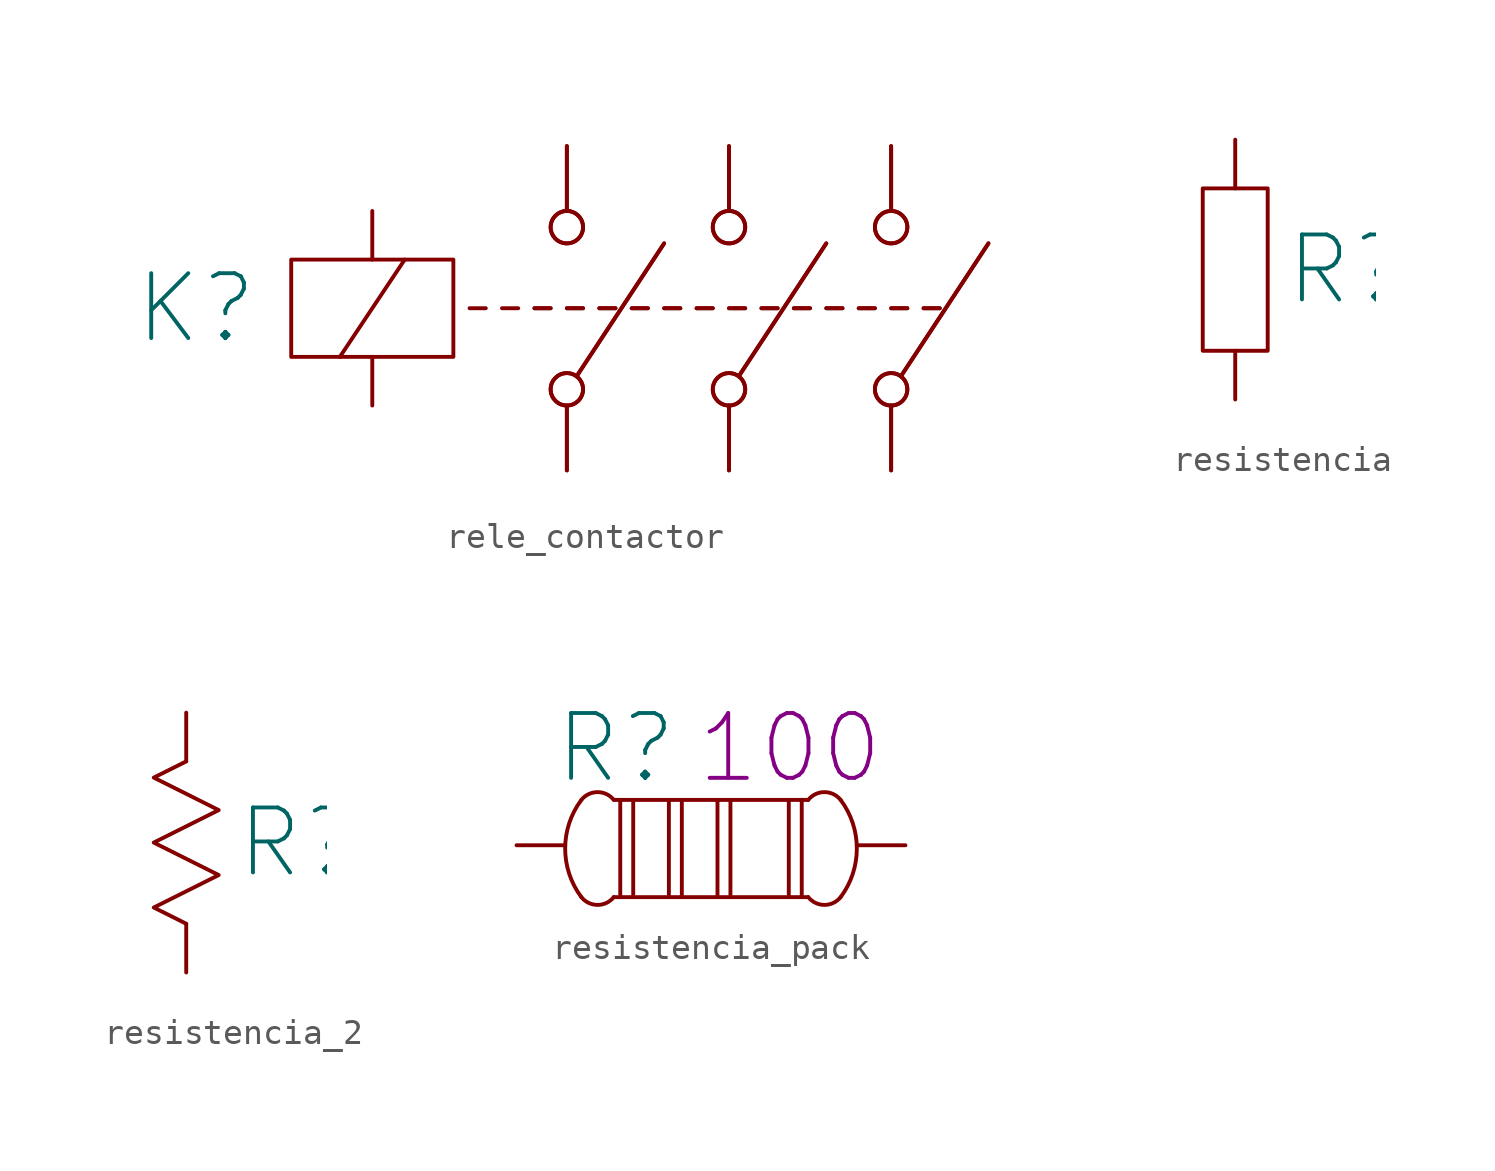
<source format=kicad_sym>
(kicad_symbol_lib
  (version 20231120)
  (generator "kicad_symbol_editor")
  (generator_version "8.0")
  (symbol "rele_contactor"
    (pin_names
      (offset 1.016))
    (property "Reference" "K"
      (at -4.445 -3.81 0)
      (effects (font (size 2.54 2.54)) (justify right)))
    (symbol "rele_contactor_0_0"
      (rectangle (start -3.175 -1.905) (end 3.175 -5.715) (stroke (width 0) (type default)) (fill (type none)))
      (polyline (pts (xy 1.27 -1.905) (xy -1.27 -5.715)) (stroke (width 0) (type default)) (fill (type none)))
      (polyline (pts (xy 3.81 -3.81) (xy 4.445 -3.81)) (stroke (width 0) (type default)) (fill (type none)))
      (polyline (pts (xy 5.08 -3.81) (xy 5.715 -3.81)) (stroke (width 0) (type default)) (fill (type none)))
      (polyline (pts (xy 6.35 -3.81) (xy 6.985 -3.81)) (stroke (width 0) (type default)) (fill (type none)))
      (polyline (pts (xy 6.35 -3.81) (xy 6.985 -3.81)) (stroke (width 0) (type default)) (fill (type none)))
      (polyline (pts (xy 7.62 -3.81) (xy 8.255 -3.81)) (stroke (width 0) (type default)) (fill (type none)))
      (polyline (pts (xy 7.62 -3.81) (xy 8.255 -3.81)) (stroke (width 0) (type default)) (fill (type none)))
      (polyline (pts (xy 8.89 -3.81) (xy 9.525 -3.81)) (stroke (width 0) (type default)) (fill (type none)))
      (polyline (pts (xy 8.89 -3.81) (xy 9.525 -3.81)) (stroke (width 0) (type default)) (fill (type none)))
      (polyline (pts (xy 10.16 -3.81) (xy 10.795 -3.81)) (stroke (width 0) (type default)) (fill (type none)))
      (polyline (pts (xy 10.16 -3.81) (xy 10.795 -3.81)) (stroke (width 0) (type default)) (fill (type none)))
      (polyline (pts (xy 11.43 -3.81) (xy 12.065 -3.81)) (stroke (width 0) (type default)) (fill (type none)))
      (polyline (pts (xy 11.43 -3.81) (xy 12.065 -3.81)) (stroke (width 0) (type default)) (fill (type none)))
      (polyline (pts (xy 12.7 -3.81) (xy 13.335 -3.81)) (stroke (width 0) (type default)) (fill (type none)))
      (polyline (pts (xy 12.7 -3.81) (xy 13.335 -3.81)) (stroke (width 0) (type default)) (fill (type none)))
      (polyline (pts (xy 13.97 -3.81) (xy 14.605 -3.81)) (stroke (width 0) (type default)) (fill (type none)))
      (polyline (pts (xy 13.97 -3.81) (xy 14.605 -3.81)) (stroke (width 0) (type default)) (fill (type none)))
      (polyline (pts (xy 15.24 -3.81) (xy 15.875 -3.81)) (stroke (width 0) (type default)) (fill (type none)))
      (polyline (pts (xy 15.24 -3.81) (xy 15.875 -3.81)) (stroke (width 0) (type default)) (fill (type none)))
      (polyline (pts (xy 16.51 -3.81) (xy 17.145 -3.81)) (stroke (width 0) (type default)) (fill (type none)))
      (polyline (pts (xy 16.51 -3.81) (xy 17.145 -3.81)) (stroke (width 0) (type default)) (fill (type none)))
      (polyline (pts (xy 17.78 -3.81) (xy 18.415 -3.81)) (stroke (width 0) (type default)) (fill (type none)))
      (polyline (pts (xy 17.78 -3.81) (xy 18.415 -3.81)) (stroke (width 0) (type default)) (fill (type none)))
      (polyline (pts (xy 19.05 -3.81) (xy 19.685 -3.81)) (stroke (width 0) (type default)) (fill (type none)))
      (polyline (pts (xy 19.05 -3.81) (xy 19.685 -3.81)) (stroke (width 0) (type default)) (fill (type none)))
      (polyline (pts (xy 20.32 -3.81) (xy 20.955 -3.81)) (stroke (width 0) (type default)) (fill (type none)))
      (polyline (pts (xy 20.32 -3.81) (xy 20.955 -3.81)) (stroke (width 0) (type default)) (fill (type none)))
      (polyline (pts (xy 21.59 -3.81) (xy 22.225 -3.81)) (stroke (width 0) (type default)) (fill (type none)))
      (polyline (pts (xy 21.59 -3.81) (xy 22.225 -3.81)) (stroke (width 0) (type default)) (fill (type none))))
    (symbol "rele_contactor_1_0"
      (polyline (pts (xy 11.43 -1.27) (xy 8.001 -6.477)) (stroke (width 0) (type default)) (fill (type none)))
      (polyline (pts (xy 11.43 -1.27) (xy 8.001 -6.477)) (stroke (width 0) (type default)) (fill (type none)))
      (polyline (pts (xy 17.78 -1.27) (xy 14.351 -6.477)) (stroke (width 0) (type default)) (fill (type none)))
      (polyline (pts (xy 17.78 -1.27) (xy 14.351 -6.477)) (stroke (width 0) (type default)) (fill (type none)))
      (polyline (pts (xy 24.13 -1.27) (xy 20.701 -6.477)) (stroke (width 0) (type default)) (fill (type none)))
      (polyline (pts (xy 24.13 -1.27) (xy 20.701 -6.477)) (stroke (width 0) (type default)) (fill (type none)))
      (circle (center 7.62 -6.985) (radius 0.635) (stroke (width 0) (type default)) (fill (type none)))
      (circle (center 7.62 -6.985) (radius 0.635) (stroke (width 0) (type default)) (fill (type none)))
      (circle (center 7.62 -0.635) (radius 0.635) (stroke (width 0) (type default)) (fill (type none)))
      (circle (center 7.62 -0.635) (radius 0.635) (stroke (width 0) (type default)) (fill (type none)))
      (circle (center 13.97 -6.985) (radius 0.635) (stroke (width 0) (type default)) (fill (type none)))
      (circle (center 13.97 -6.985) (radius 0.635) (stroke (width 0) (type default)) (fill (type none)))
      (circle (center 13.97 -0.635) (radius 0.635) (stroke (width 0) (type default)) (fill (type none)))
      (circle (center 13.97 -0.635) (radius 0.635) (stroke (width 0) (type default)) (fill (type none)))
      (circle (center 20.32 -6.985) (radius 0.635) (stroke (width 0) (type default)) (fill (type none)))
      (circle (center 20.32 -6.985) (radius 0.635) (stroke (width 0) (type default)) (fill (type none)))
      (circle (center 20.32 -0.635) (radius 0.635) (stroke (width 0) (type default)) (fill (type none)))
      (circle (center 20.32 -0.635) (radius 0.635) (stroke (width 0) (type default)) (fill (type none))))
    (symbol "rele_contactor_1_1"
      (pin input line (at 0 -7.62 90) (length 1.905) (name "" (effects (font (size 1.27 1.27)))) (number "" (effects (font (size 1.143 1.143)))))
      (pin input line (at 0 0 270) (length 1.905) (name "" (effects (font (size 1.27 1.27)))) (number "" (effects (font (size 1.143 1.143)))))
      (pin input line (at 7.62 -10.16 90) (length 2.54) (name "" (effects (font (size 1.27 1.27)))) (number "" (effects (font (size 1.143 1.143)))))
      (pin input line (at 7.62 -10.16 90) (length 2.54) (name "" (effects (font (size 1.27 1.27)))) (number "" (effects (font (size 1.143 1.143)))))
      (pin input line (at 7.62 2.54 270) (length 2.54) (name "" (effects (font (size 1.27 1.27)))) (number "" (effects (font (size 1.143 1.143)))))
      (pin input line (at 7.62 2.54 270) (length 2.54) (name "" (effects (font (size 1.27 1.27)))) (number "" (effects (font (size 1.143 1.143)))))
      (pin input line (at 13.97 -10.16 90) (length 2.54) (name "" (effects (font (size 1.27 1.27)))) (number "" (effects (font (size 1.143 1.143)))))
      (pin input line (at 13.97 -10.16 90) (length 2.54) (name "" (effects (font (size 1.27 1.27)))) (number "" (effects (font (size 1.143 1.143)))))
      (pin input line (at 13.97 2.54 270) (length 2.54) (name "" (effects (font (size 1.27 1.27)))) (number "" (effects (font (size 1.143 1.143)))))
      (pin input line (at 13.97 2.54 270) (length 2.54) (name "" (effects (font (size 1.27 1.27)))) (number "" (effects (font (size 1.143 1.143)))))
      (pin input line (at 20.32 -10.16 90) (length 2.54) (name "" (effects (font (size 1.27 1.27)))) (number "" (effects (font (size 1.143 1.143)))))
      (pin input line (at 20.32 -10.16 90) (length 2.54) (name "" (effects (font (size 1.27 1.27)))) (number "" (effects (font (size 1.143 1.143)))))
      (pin input line (at 20.32 2.54 270) (length 2.54) (name "" (effects (font (size 1.27 1.27)))) (number "" (effects (font (size 1.143 1.143)))))
      (pin input line (at 20.32 2.54 270) (length 2.54) (name "" (effects (font (size 1.27 1.27)))) (number "" (effects (font (size 1.143 1.143)))))))
  (symbol "resistencia"
    (pin_names
      (offset 1.016))
    (property "Reference" "R"
      (at 1.905 -5.08 0)
      (effects (font (size 2.54 2.54)) (justify left)))
    (symbol "resistencia_0_1"
      (rectangle (start -1.27 -1.905) (end 1.27 -8.255) (stroke (width 0) (type default)) (fill (type none))))
    (symbol "resistencia_1_1"
      (pin input line (at 0 -10.16 90) (length 1.905) (name "" (effects (font (size 1.27 1.27)))) (number "" (effects (font (size 1.143 1.143)))))
      (pin input line (at 0 0 270) (length 1.905) (name "" (effects (font (size 1.27 1.27)))) (number "" (effects (font (size 1.143 1.143)))))))
  (symbol "resistencia_2"
    (pin_names
      (offset 1.016))
    (property "Reference" "R"
      (at 1.905 -5.08 0)
      (effects (font (size 2.54 2.54)) (justify left)))
    (symbol "resistencia_2_0_1"
      (polyline (pts (xy 0 -8.255) (xy -1.27 -7.62) (xy 1.27 -6.35) (xy -1.27 -5.08) (xy 1.27 -3.81) (xy -1.27 -2.54) (xy 0 -1.905)) (stroke (width 0) (type default)) (fill (type none))))
    (symbol "resistencia_2_1_1"
      (pin input line (at 0 -10.16 90) (length 1.905) (name "" (effects (font (size 1.27 1.27)))) (number "" (effects (font (size 1.143 1.143)))))
      (pin input line (at 0 0 270) (length 1.905) (name "" (effects (font (size 1.27 1.27)))) (number "" (effects (font (size 1.143 1.143)))))))
  (symbol "resistencia_pack"
    (pin_names
      (offset 1.016))
    (property "Reference" "R"
      (at 6.35 3.81 0)
      (effects (font (size 2.54 2.54)) (justify right)))
    (property "R" "100"
      (at 6.985 3.81 0)
      (effects (font (size 2.54 2.54)) (justify left)))
    (symbol "resistencia_pack_0_1"
      (polyline (pts (xy 3.81 -2.032) (xy 11.43 -2.032)) (stroke (width 0) (type default)) (fill (type none)))
      (polyline (pts (xy 3.81 1.778) (xy 11.43 1.778)) (stroke (width 0) (type default)) (fill (type none)))
      (polyline (pts (xy 4.064 1.778) (xy 4.064 -2.032)) (stroke (width 0) (type default)) (fill (type none)))
      (polyline (pts (xy 4.572 1.778) (xy 4.572 -2.032)) (stroke (width 0) (type default)) (fill (type none)))
      (polyline (pts (xy 5.969 1.778) (xy 5.969 -2.032)) (stroke (width 0) (type default)) (fill (type none)))
      (polyline (pts (xy 6.477 1.778) (xy 6.477 -2.032)) (stroke (width 0) (type default)) (fill (type none)))
      (polyline (pts (xy 7.874 1.778) (xy 7.874 -2.032)) (stroke (width 0) (type default)) (fill (type none)))
      (polyline (pts (xy 8.382 1.778) (xy 8.382 -2.032)) (stroke (width 0) (type default)) (fill (type none)))
      (polyline (pts (xy 10.668 1.778) (xy 10.668 -2.032)) (stroke (width 0) (type default)) (fill (type none)))
      (polyline (pts (xy 11.176 1.778) (xy 11.176 -2.032)) (stroke (width 0) (type default)) (fill (type none)))
      (arc (start 2.54 -2.032) (mid 3.175 -2.3372) (end 3.81 -2.032) (stroke (width 0) (type default)) (fill (type none)))
      (arc (start 2.54 1.778) (mid 1.905 -0.127) (end 2.54 -2.032) (stroke (width 0) (type default)) (fill (type none)))
      (arc (start 3.81 1.778) (mid 3.175 2.0832) (end 2.54 1.778) (stroke (width 0) (type default)) (fill (type none)))
      (arc (start 11.43 -2.032) (mid 12.065 -2.3372) (end 12.7 -2.032) (stroke (width 0) (type default)) (fill (type none)))
      (arc (start 12.7 -2.032) (mid 13.335 -0.127) (end 12.7 1.778) (stroke (width 0) (type default)) (fill (type none)))
      (arc (start 12.7 1.778) (mid 12.065 2.0832) (end 11.43 1.778) (stroke (width 0) (type default)) (fill (type none))))
    (symbol "resistencia_pack_1_1"
      (pin input line (at 0 0 0) (length 1.905) (name "" (effects (font (size 1.27 1.27)))) (number "" (effects (font (size 1.143 1.143)))))
      (pin input line (at 15.24 0 180) (length 1.905) (name "" (effects (font (size 1.27 1.27)))) (number "" (effects (font (size 1.143 1.143))))))))
</source>
